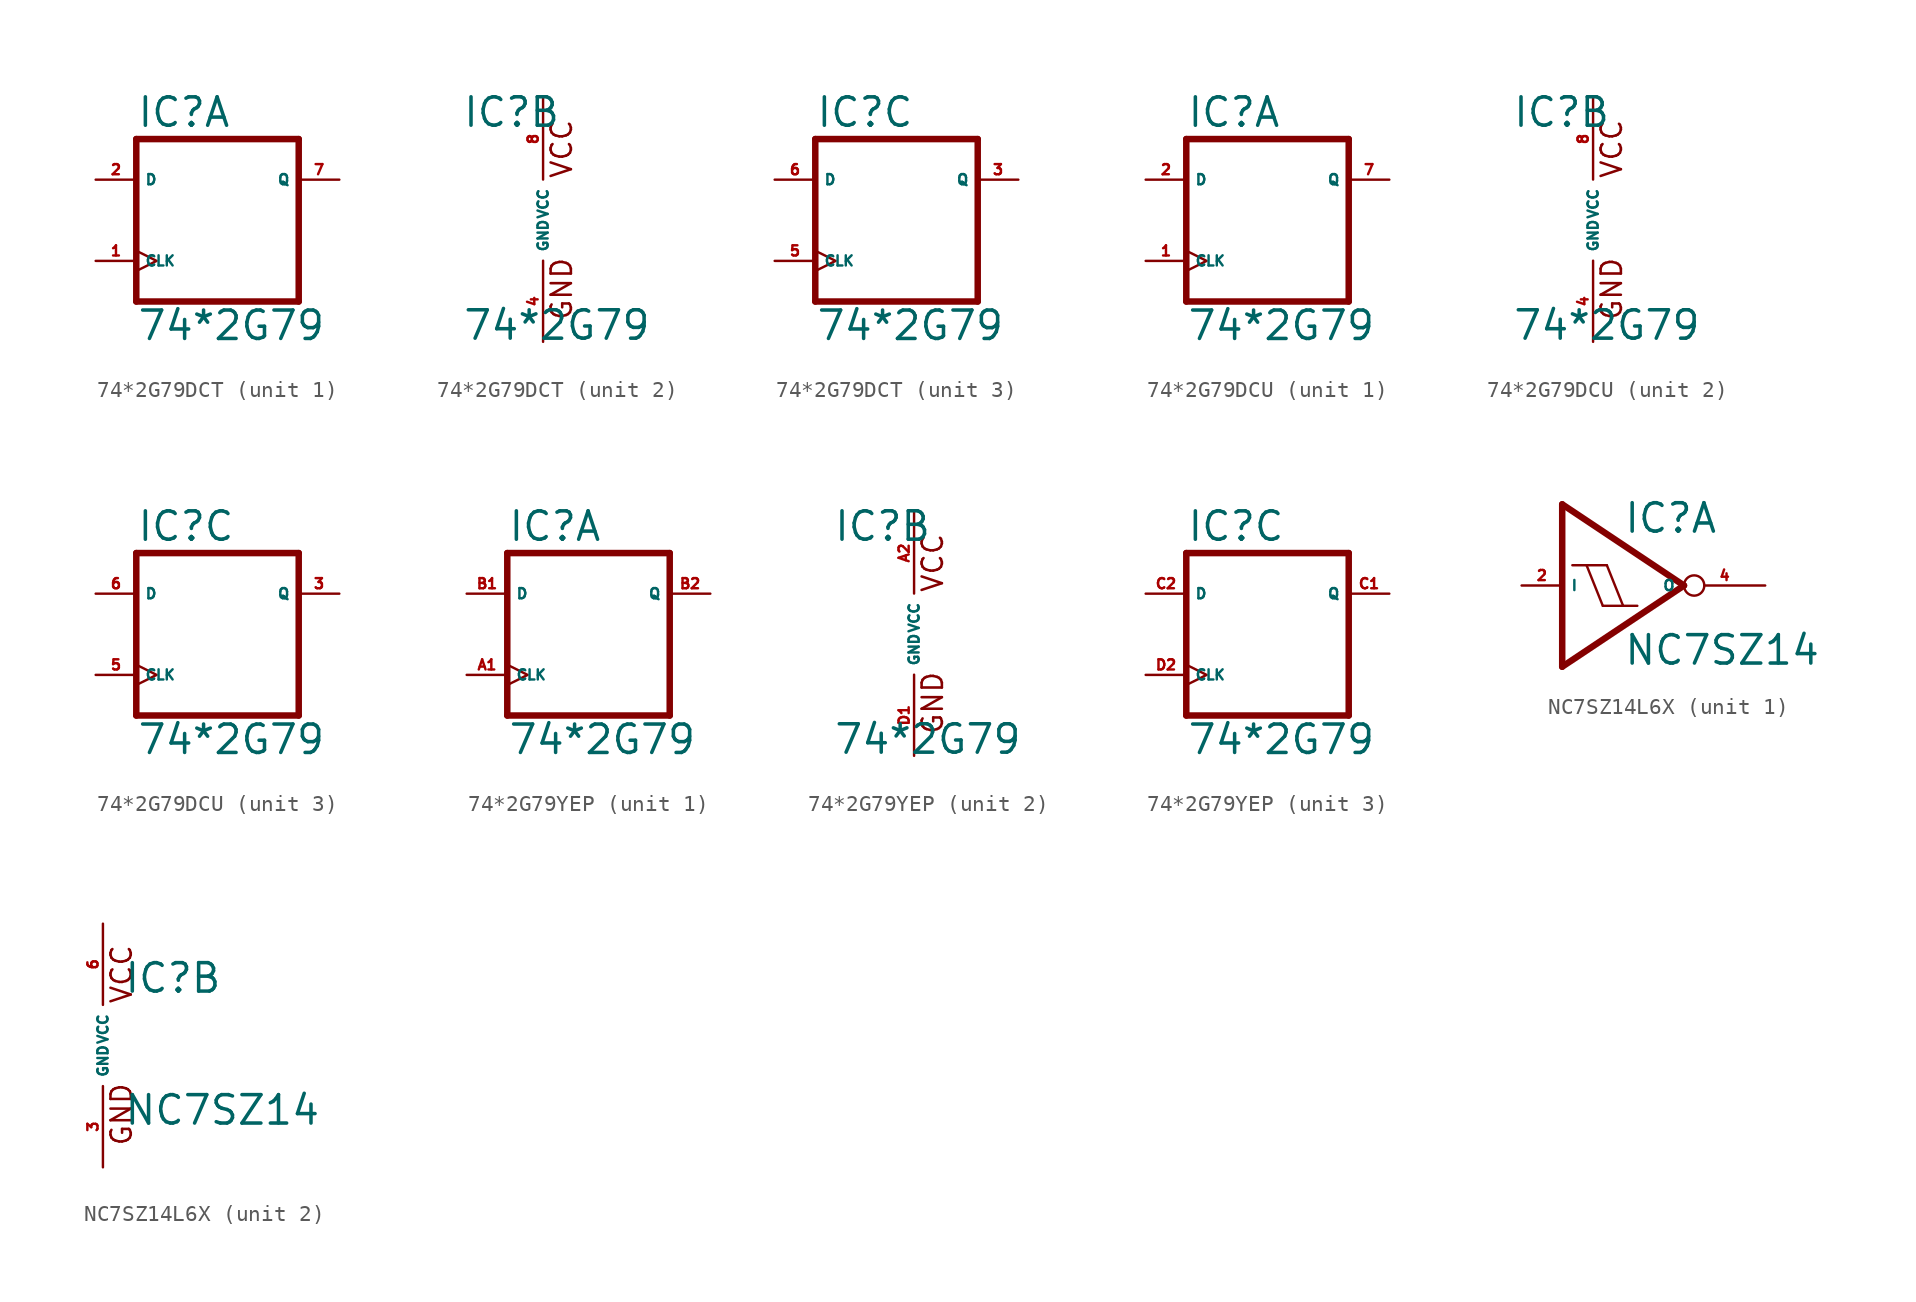
<source format=kicad_sym>
(kicad_symbol_lib
  (version 20220914)
  (generator Eagle2Kicad)
  (symbol "74*2G79DCT"
    (property "Reference" "IC"
      (at -5.08 5.715 0)
      (effects (font (size 1.778 1.778) (thickness 0.22)) (justify left bottom)))
    (property "Value" "74*2G79"
      (at -5.08 -7.62 0)
      (effects (font (size 1.778 1.778) (thickness 0.22)) (justify left bottom)))
    (symbol "74*2G79DCT_1_0"
      (polyline (pts (xy -5.08 -5.08) (xy 5.08 -5.08)) (stroke (width 0.406) (type default)) (fill (type none)))
      (polyline (pts (xy 5.08 -5.08) (xy 5.08 5.08)) (stroke (width 0.406) (type default)) (fill (type none)))
      (polyline (pts (xy 5.08 5.08) (xy -5.08 5.08)) (stroke (width 0.406) (type default)) (fill (type none)))
      (polyline (pts (xy -5.08 5.08) (xy -5.08 -5.08)) (stroke (width 0.406) (type default)) (fill (type none)))
      (pin input line (at -7.62 2.54 0) (length 2.54) (name "D" (effects (font (size 0.635 0.635) (thickness 0.08)) (justify left bottom))) (number "2" (effects (font (size 0.635 0.635) (thickness 0.08)) (justify left bottom))))
      (pin input clock (at -7.62 -2.54 0) (length 2.54) (name "CLK" (effects (font (size 0.635 0.635) (thickness 0.08)) (justify left bottom))) (number "1" (effects (font (size 0.635 0.635) (thickness 0.08)) (justify left bottom))))
      (pin output line (at 7.62 2.54 180) (length 2.54) (name "Q" (effects (font (size 0.635 0.635) (thickness 0.08)) (justify left bottom))) (number "7" (effects (font (size 0.635 0.635) (thickness 0.08)) (justify left bottom)))))
    (symbol "74*2G79DCT_2_0"
      (text "GND" (at 1.905 -6.35 900) (effects (font (size 1.27 1.27) (thickness 0.16)) (justify left bottom)))
      (text "VCC" (at 1.905 2.54 900) (effects (font (size 1.27 1.27) (thickness 0.16)) (justify left bottom)))
      (pin unspecified line (at 0 -7.62 90) (length 5.08) (name "GND" (effects (font (size 0.635 0.635) (thickness 0.08)) (justify left bottom))) (number "4" (effects (font (size 0.635 0.635) (thickness 0.08)) (justify left bottom))))
      (pin unspecified line (at 0 7.62 270) (length 5.08) (name "VCC" (effects (font (size 0.635 0.635) (thickness 0.08)) (justify left bottom))) (number "8" (effects (font (size 0.635 0.635) (thickness 0.08)) (justify left bottom)))))
    (symbol "74*2G79DCT_3_0"
      (polyline (pts (xy -5.08 -5.08) (xy 5.08 -5.08)) (stroke (width 0.406) (type default)) (fill (type none)))
      (polyline (pts (xy 5.08 -5.08) (xy 5.08 5.08)) (stroke (width 0.406) (type default)) (fill (type none)))
      (polyline (pts (xy 5.08 5.08) (xy -5.08 5.08)) (stroke (width 0.406) (type default)) (fill (type none)))
      (polyline (pts (xy -5.08 5.08) (xy -5.08 -5.08)) (stroke (width 0.406) (type default)) (fill (type none)))
      (pin input line (at -7.62 2.54 0) (length 2.54) (name "D" (effects (font (size 0.635 0.635) (thickness 0.08)) (justify left bottom))) (number "6" (effects (font (size 0.635 0.635) (thickness 0.08)) (justify left bottom))))
      (pin input clock (at -7.62 -2.54 0) (length 2.54) (name "CLK" (effects (font (size 0.635 0.635) (thickness 0.08)) (justify left bottom))) (number "5" (effects (font (size 0.635 0.635) (thickness 0.08)) (justify left bottom))))
      (pin output line (at 7.62 2.54 180) (length 2.54) (name "Q" (effects (font (size 0.635 0.635) (thickness 0.08)) (justify left bottom))) (number "3" (effects (font (size 0.635 0.635) (thickness 0.08)) (justify left bottom))))))
  (symbol "74*2G79DCU"
    (property "Reference" "IC"
      (at -5.08 5.715 0)
      (effects (font (size 1.778 1.778) (thickness 0.22)) (justify left bottom)))
    (property "Value" "74*2G79"
      (at -5.08 -7.62 0)
      (effects (font (size 1.778 1.778) (thickness 0.22)) (justify left bottom)))
    (symbol "74*2G79DCU_1_0"
      (polyline (pts (xy -5.08 -5.08) (xy 5.08 -5.08)) (stroke (width 0.406) (type default)) (fill (type none)))
      (polyline (pts (xy 5.08 -5.08) (xy 5.08 5.08)) (stroke (width 0.406) (type default)) (fill (type none)))
      (polyline (pts (xy 5.08 5.08) (xy -5.08 5.08)) (stroke (width 0.406) (type default)) (fill (type none)))
      (polyline (pts (xy -5.08 5.08) (xy -5.08 -5.08)) (stroke (width 0.406) (type default)) (fill (type none)))
      (pin input line (at -7.62 2.54 0) (length 2.54) (name "D" (effects (font (size 0.635 0.635) (thickness 0.08)) (justify left bottom))) (number "2" (effects (font (size 0.635 0.635) (thickness 0.08)) (justify left bottom))))
      (pin input clock (at -7.62 -2.54 0) (length 2.54) (name "CLK" (effects (font (size 0.635 0.635) (thickness 0.08)) (justify left bottom))) (number "1" (effects (font (size 0.635 0.635) (thickness 0.08)) (justify left bottom))))
      (pin output line (at 7.62 2.54 180) (length 2.54) (name "Q" (effects (font (size 0.635 0.635) (thickness 0.08)) (justify left bottom))) (number "7" (effects (font (size 0.635 0.635) (thickness 0.08)) (justify left bottom)))))
    (symbol "74*2G79DCU_2_0"
      (text "GND" (at 1.905 -6.35 900) (effects (font (size 1.27 1.27) (thickness 0.16)) (justify left bottom)))
      (text "VCC" (at 1.905 2.54 900) (effects (font (size 1.27 1.27) (thickness 0.16)) (justify left bottom)))
      (pin unspecified line (at 0 -7.62 90) (length 5.08) (name "GND" (effects (font (size 0.635 0.635) (thickness 0.08)) (justify left bottom))) (number "4" (effects (font (size 0.635 0.635) (thickness 0.08)) (justify left bottom))))
      (pin unspecified line (at 0 7.62 270) (length 5.08) (name "VCC" (effects (font (size 0.635 0.635) (thickness 0.08)) (justify left bottom))) (number "8" (effects (font (size 0.635 0.635) (thickness 0.08)) (justify left bottom)))))
    (symbol "74*2G79DCU_3_0"
      (polyline (pts (xy -5.08 -5.08) (xy 5.08 -5.08)) (stroke (width 0.406) (type default)) (fill (type none)))
      (polyline (pts (xy 5.08 -5.08) (xy 5.08 5.08)) (stroke (width 0.406) (type default)) (fill (type none)))
      (polyline (pts (xy 5.08 5.08) (xy -5.08 5.08)) (stroke (width 0.406) (type default)) (fill (type none)))
      (polyline (pts (xy -5.08 5.08) (xy -5.08 -5.08)) (stroke (width 0.406) (type default)) (fill (type none)))
      (pin input line (at -7.62 2.54 0) (length 2.54) (name "D" (effects (font (size 0.635 0.635) (thickness 0.08)) (justify left bottom))) (number "6" (effects (font (size 0.635 0.635) (thickness 0.08)) (justify left bottom))))
      (pin input clock (at -7.62 -2.54 0) (length 2.54) (name "CLK" (effects (font (size 0.635 0.635) (thickness 0.08)) (justify left bottom))) (number "5" (effects (font (size 0.635 0.635) (thickness 0.08)) (justify left bottom))))
      (pin output line (at 7.62 2.54 180) (length 2.54) (name "Q" (effects (font (size 0.635 0.635) (thickness 0.08)) (justify left bottom))) (number "3" (effects (font (size 0.635 0.635) (thickness 0.08)) (justify left bottom))))))
  (symbol "74*2G79YEP"
    (property "Reference" "IC"
      (at -5.08 5.715 0)
      (effects (font (size 1.778 1.778) (thickness 0.22)) (justify left bottom)))
    (property "Value" "74*2G79"
      (at -5.08 -7.62 0)
      (effects (font (size 1.778 1.778) (thickness 0.22)) (justify left bottom)))
    (symbol "74*2G79YEP_1_0"
      (polyline (pts (xy -5.08 -5.08) (xy 5.08 -5.08)) (stroke (width 0.406) (type default)) (fill (type none)))
      (polyline (pts (xy 5.08 -5.08) (xy 5.08 5.08)) (stroke (width 0.406) (type default)) (fill (type none)))
      (polyline (pts (xy 5.08 5.08) (xy -5.08 5.08)) (stroke (width 0.406) (type default)) (fill (type none)))
      (polyline (pts (xy -5.08 5.08) (xy -5.08 -5.08)) (stroke (width 0.406) (type default)) (fill (type none)))
      (pin input line (at -7.62 2.54 0) (length 2.54) (name "D" (effects (font (size 0.635 0.635) (thickness 0.08)) (justify left bottom))) (number "B1" (effects (font (size 0.635 0.635) (thickness 0.08)) (justify left bottom))))
      (pin input clock (at -7.62 -2.54 0) (length 2.54) (name "CLK" (effects (font (size 0.635 0.635) (thickness 0.08)) (justify left bottom))) (number "A1" (effects (font (size 0.635 0.635) (thickness 0.08)) (justify left bottom))))
      (pin output line (at 7.62 2.54 180) (length 2.54) (name "Q" (effects (font (size 0.635 0.635) (thickness 0.08)) (justify left bottom))) (number "B2" (effects (font (size 0.635 0.635) (thickness 0.08)) (justify left bottom)))))
    (symbol "74*2G79YEP_2_0"
      (text "GND" (at 1.905 -6.35 900) (effects (font (size 1.27 1.27) (thickness 0.16)) (justify left bottom)))
      (text "VCC" (at 1.905 2.54 900) (effects (font (size 1.27 1.27) (thickness 0.16)) (justify left bottom)))
      (pin unspecified line (at 0 -7.62 90) (length 5.08) (name "GND" (effects (font (size 0.635 0.635) (thickness 0.08)) (justify left bottom))) (number "D1" (effects (font (size 0.635 0.635) (thickness 0.08)) (justify left bottom))))
      (pin unspecified line (at 0 7.62 270) (length 5.08) (name "VCC" (effects (font (size 0.635 0.635) (thickness 0.08)) (justify left bottom))) (number "A2" (effects (font (size 0.635 0.635) (thickness 0.08)) (justify left bottom)))))
    (symbol "74*2G79YEP_3_0"
      (polyline (pts (xy -5.08 -5.08) (xy 5.08 -5.08)) (stroke (width 0.406) (type default)) (fill (type none)))
      (polyline (pts (xy 5.08 -5.08) (xy 5.08 5.08)) (stroke (width 0.406) (type default)) (fill (type none)))
      (polyline (pts (xy 5.08 5.08) (xy -5.08 5.08)) (stroke (width 0.406) (type default)) (fill (type none)))
      (polyline (pts (xy -5.08 5.08) (xy -5.08 -5.08)) (stroke (width 0.406) (type default)) (fill (type none)))
      (pin input line (at -7.62 2.54 0) (length 2.54) (name "D" (effects (font (size 0.635 0.635) (thickness 0.08)) (justify left bottom))) (number "C2" (effects (font (size 0.635 0.635) (thickness 0.08)) (justify left bottom))))
      (pin input clock (at -7.62 -2.54 0) (length 2.54) (name "CLK" (effects (font (size 0.635 0.635) (thickness 0.08)) (justify left bottom))) (number "D2" (effects (font (size 0.635 0.635) (thickness 0.08)) (justify left bottom))))
      (pin output line (at 7.62 2.54 180) (length 2.54) (name "Q" (effects (font (size 0.635 0.635) (thickness 0.08)) (justify left bottom))) (number "C1" (effects (font (size 0.635 0.635) (thickness 0.08)) (justify left bottom))))))
  (symbol "NC7SZ14L6X"
    (property "Reference" "IC"
      (at 1.27 3.175 0)
      (effects (font (size 1.778 1.778) (thickness 0.22)) (justify left bottom)))
    (property "Value" "NC7SZ14"
      (at 1.27 -5.08 0)
      (effects (font (size 1.778 1.778) (thickness 0.22)) (justify left bottom)))
    (symbol "NC7SZ14L6X_1_0"
      (polyline (pts (xy -2.54 5.08) (xy 5.08 0)) (stroke (width 0.406) (type default)) (fill (type none)))
      (polyline (pts (xy 5.08 0) (xy -2.54 -5.08)) (stroke (width 0.406) (type default)) (fill (type none)))
      (polyline (pts (xy -2.54 -5.08) (xy -2.54 5.08)) (stroke (width 0.406) (type default)) (fill (type none)))
      (polyline (pts (xy 1.27 -1.27) (xy 0.254 1.27)) (stroke (width 0.152) (type default)) (fill (type none)))
      (polyline (pts (xy 0 -1.27) (xy -1.016 1.27)) (stroke (width 0.152) (type default)) (fill (type none)))
      (polyline (pts (xy 0 -1.27) (xy 1.27 -1.27)) (stroke (width 0.152) (type default)) (fill (type none)))
      (polyline (pts (xy 1.27 -1.27) (xy 2.159 -1.27)) (stroke (width 0.152) (type default)) (fill (type none)))
      (polyline (pts (xy -1.905 1.27) (xy -1.016 1.27)) (stroke (width 0.152) (type default)) (fill (type none)))
      (polyline (pts (xy -1.016 1.27) (xy 0.254 1.27)) (stroke (width 0.152) (type default)) (fill (type none)))
      (pin input line (at -5.08 0 0) (length 2.54) (name "I" (effects (font (size 0.635 0.635) (thickness 0.08)) (justify left bottom))) (number "2" (effects (font (size 0.635 0.635) (thickness 0.08)) (justify left bottom))))
      (pin output inverted (at 10.16 0 180) (length 5.08) (name "O" (effects (font (size 0.635 0.635) (thickness 0.08)) (justify left bottom))) (number "4" (effects (font (size 0.635 0.635) (thickness 0.08)) (justify left bottom)))))
    (symbol "NC7SZ14L6X_2_0"
      (text "GND" (at 1.905 -6.35 900) (effects (font (size 1.27 1.27) (thickness 0.16)) (justify left bottom)))
      (text "VCC" (at 1.905 2.54 900) (effects (font (size 1.27 1.27) (thickness 0.16)) (justify left bottom)))
      (pin unspecified line (at 0 -7.62 90) (length 5.08) (name "GND" (effects (font (size 0.635 0.635) (thickness 0.08)) (justify left bottom))) (number "3" (effects (font (size 0.635 0.635) (thickness 0.08)) (justify left bottom))))
      (pin unspecified line (at 0 7.62 270) (length 5.08) (name "VCC" (effects (font (size 0.635 0.635) (thickness 0.08)) (justify left bottom))) (number "6" (effects (font (size 0.635 0.635) (thickness 0.08)) (justify left bottom)))))))
</source>
